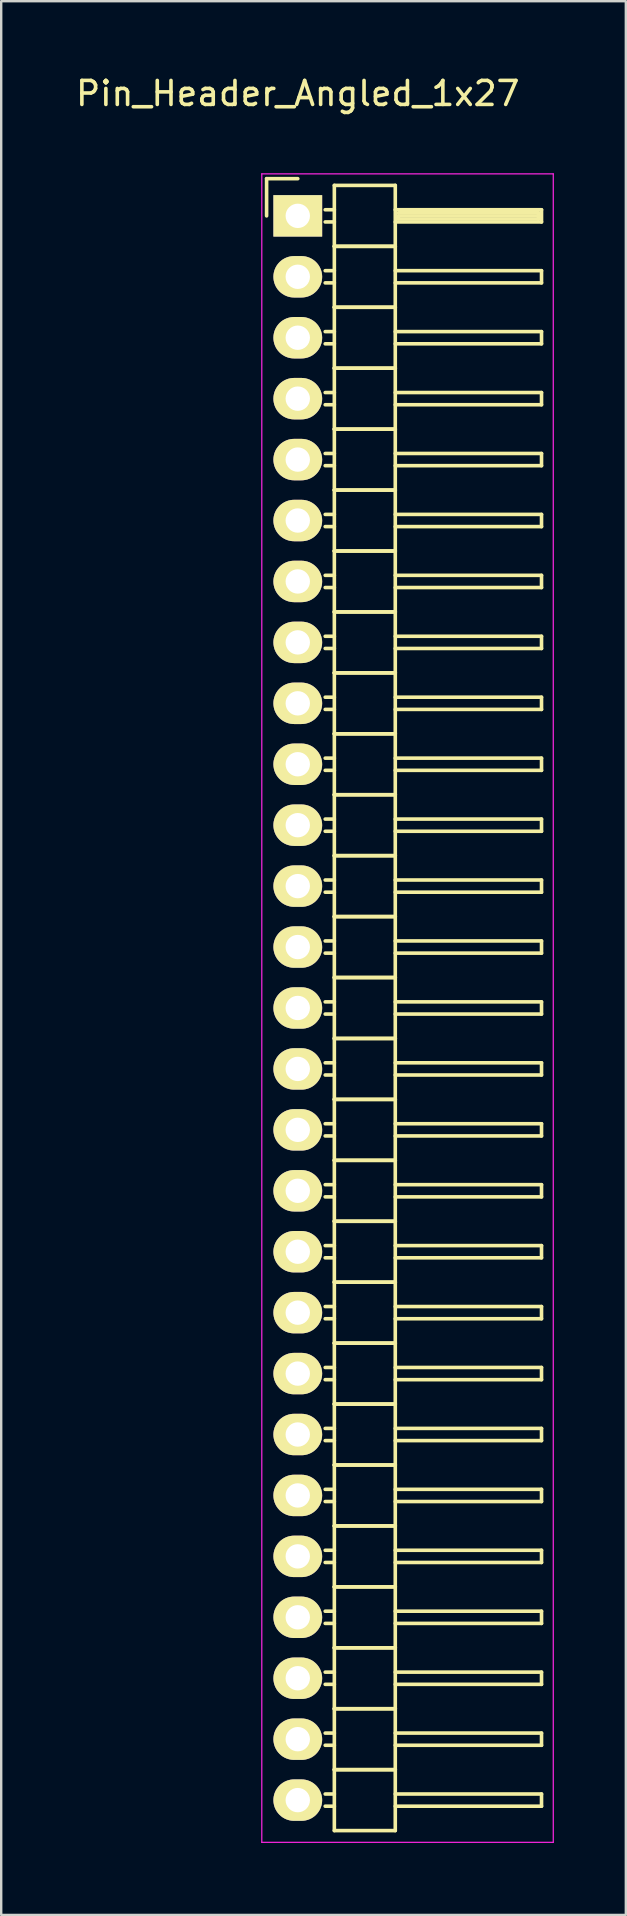
<source format=kicad_pcb>
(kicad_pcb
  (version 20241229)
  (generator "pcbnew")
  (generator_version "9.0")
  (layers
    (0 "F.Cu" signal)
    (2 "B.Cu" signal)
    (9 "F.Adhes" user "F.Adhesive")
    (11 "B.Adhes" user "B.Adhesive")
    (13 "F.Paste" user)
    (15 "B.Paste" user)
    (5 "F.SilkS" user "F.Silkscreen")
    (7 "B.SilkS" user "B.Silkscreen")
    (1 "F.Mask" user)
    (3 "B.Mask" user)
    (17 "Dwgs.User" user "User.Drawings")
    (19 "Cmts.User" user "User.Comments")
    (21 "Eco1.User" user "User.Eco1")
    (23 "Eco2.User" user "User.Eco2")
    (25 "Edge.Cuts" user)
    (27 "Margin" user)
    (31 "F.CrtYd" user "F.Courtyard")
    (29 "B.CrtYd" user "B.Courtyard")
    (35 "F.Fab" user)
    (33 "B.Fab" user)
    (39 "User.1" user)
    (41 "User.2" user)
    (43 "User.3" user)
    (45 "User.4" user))
  (footprint "Pin_Header_Angled_1x27"
    (layer "F.Cu")
    (at 9.363 5.948)
    (property "Reference" "Pin_Header_Angled_1x27" (at 0 -5.1 0) (layer "F.SilkS") (effects (font (size 1 1) (thickness 0.15))))
    (attr through_hole)
    (fp_line (start -1.3 -1.55) (end -1.3 0) (stroke (width 0.15) (type solid)) (layer "F.SilkS"))
    (fp_line (start 0 -1.55) (end -1.3 -1.55) (stroke (width 0.15) (type solid)) (layer "F.SilkS"))
    (fp_line (start 1.524 -1.27) (end 1.524 1.27) (stroke (width 0.15) (type solid)) (layer "F.SilkS"))
    (fp_line (start 1.524 -1.27) (end 4.064 -1.27) (stroke (width 0.15) (type solid)) (layer "F.SilkS"))
    (fp_line (start 1.524 -0.254) (end 1.143 -0.254) (stroke (width 0.15) (type solid)) (layer "F.SilkS"))
    (fp_line (start 1.524 0.254) (end 1.143 0.254) (stroke (width 0.15) (type solid)) (layer "F.SilkS"))
    (fp_line (start 1.524 1.27) (end 1.524 3.81) (stroke (width 0.15) (type solid)) (layer "F.SilkS"))
    (fp_line (start 1.524 1.27) (end 4.064 1.27) (stroke (width 0.15) (type solid)) (layer "F.SilkS"))
    (fp_line (start 1.524 1.27) (end 4.064 1.27) (stroke (width 0.15) (type solid)) (layer "F.SilkS"))
    (fp_line (start 1.524 2.286) (end 1.143 2.286) (stroke (width 0.15) (type solid)) (layer "F.SilkS"))
    (fp_line (start 1.524 2.794) (end 1.143 2.794) (stroke (width 0.15) (type solid)) (layer "F.SilkS"))
    (fp_line (start 1.524 3.81) (end 1.524 6.35) (stroke (width 0.15) (type solid)) (layer "F.SilkS"))
    (fp_line (start 1.524 3.81) (end 4.064 3.81) (stroke (width 0.15) (type solid)) (layer "F.SilkS"))
    (fp_line (start 1.524 3.81) (end 4.064 3.81) (stroke (width 0.15) (type solid)) (layer "F.SilkS"))
    (fp_line (start 1.524 4.826) (end 1.143 4.826) (stroke (width 0.15) (type solid)) (layer "F.SilkS"))
    (fp_line (start 1.524 5.334) (end 1.143 5.334) (stroke (width 0.15) (type solid)) (layer "F.SilkS"))
    (fp_line (start 1.524 6.35) (end 1.524 8.89) (stroke (width 0.15) (type solid)) (layer "F.SilkS"))
    (fp_line (start 1.524 6.35) (end 4.064 6.35) (stroke (width 0.15) (type solid)) (layer "F.SilkS"))
    (fp_line (start 1.524 6.35) (end 4.064 6.35) (stroke (width 0.15) (type solid)) (layer "F.SilkS"))
    (fp_line (start 1.524 7.366) (end 1.143 7.366) (stroke (width 0.15) (type solid)) (layer "F.SilkS"))
    (fp_line (start 1.524 7.874) (end 1.143 7.874) (stroke (width 0.15) (type solid)) (layer "F.SilkS"))
    (fp_line (start 1.524 8.89) (end 1.524 11.43) (stroke (width 0.15) (type solid)) (layer "F.SilkS"))
    (fp_line (start 1.524 8.89) (end 4.064 8.89) (stroke (width 0.15) (type solid)) (layer "F.SilkS"))
    (fp_line (start 1.524 8.89) (end 4.064 8.89) (stroke (width 0.15) (type solid)) (layer "F.SilkS"))
    (fp_line (start 1.524 9.906) (end 1.143 9.906) (stroke (width 0.15) (type solid)) (layer "F.SilkS"))
    (fp_line (start 1.524 10.414) (end 1.143 10.414) (stroke (width 0.15) (type solid)) (layer "F.SilkS"))
    (fp_line (start 1.524 11.43) (end 1.524 13.97) (stroke (width 0.15) (type solid)) (layer "F.SilkS"))
    (fp_line (start 1.524 11.43) (end 4.064 11.43) (stroke (width 0.15) (type solid)) (layer "F.SilkS"))
    (fp_line (start 1.524 11.43) (end 4.064 11.43) (stroke (width 0.15) (type solid)) (layer "F.SilkS"))
    (fp_line (start 1.524 12.446) (end 1.143 12.446) (stroke (width 0.15) (type solid)) (layer "F.SilkS"))
    (fp_line (start 1.524 12.954) (end 1.143 12.954) (stroke (width 0.15) (type solid)) (layer "F.SilkS"))
    (fp_line (start 1.524 13.97) (end 1.524 16.51) (stroke (width 0.15) (type solid)) (layer "F.SilkS"))
    (fp_line (start 1.524 13.97) (end 4.064 13.97) (stroke (width 0.15) (type solid)) (layer "F.SilkS"))
    (fp_line (start 1.524 13.97) (end 4.064 13.97) (stroke (width 0.15) (type solid)) (layer "F.SilkS"))
    (fp_line (start 1.524 14.986) (end 1.143 14.986) (stroke (width 0.15) (type solid)) (layer "F.SilkS"))
    (fp_line (start 1.524 15.494) (end 1.143 15.494) (stroke (width 0.15) (type solid)) (layer "F.SilkS"))
    (fp_line (start 1.524 16.51) (end 1.524 19.05) (stroke (width 0.15) (type solid)) (layer "F.SilkS"))
    (fp_line (start 1.524 16.51) (end 4.064 16.51) (stroke (width 0.15) (type solid)) (layer "F.SilkS"))
    (fp_line (start 1.524 16.51) (end 4.064 16.51) (stroke (width 0.15) (type solid)) (layer "F.SilkS"))
    (fp_line (start 1.524 17.526) (end 1.143 17.526) (stroke (width 0.15) (type solid)) (layer "F.SilkS"))
    (fp_line (start 1.524 18.034) (end 1.143 18.034) (stroke (width 0.15) (type solid)) (layer "F.SilkS"))
    (fp_line (start 1.524 19.05) (end 1.524 21.59) (stroke (width 0.15) (type solid)) (layer "F.SilkS"))
    (fp_line (start 1.524 19.05) (end 4.064 19.05) (stroke (width 0.15) (type solid)) (layer "F.SilkS"))
    (fp_line (start 1.524 19.05) (end 4.064 19.05) (stroke (width 0.15) (type solid)) (layer "F.SilkS"))
    (fp_line (start 1.524 20.066) (end 1.143 20.066) (stroke (width 0.15) (type solid)) (layer "F.SilkS"))
    (fp_line (start 1.524 20.574) (end 1.143 20.574) (stroke (width 0.15) (type solid)) (layer "F.SilkS"))
    (fp_line (start 1.524 21.59) (end 1.524 24.13) (stroke (width 0.15) (type solid)) (layer "F.SilkS"))
    (fp_line (start 1.524 21.59) (end 4.064 21.59) (stroke (width 0.15) (type solid)) (layer "F.SilkS"))
    (fp_line (start 1.524 21.59) (end 4.064 21.59) (stroke (width 0.15) (type solid)) (layer "F.SilkS"))
    (fp_line (start 1.524 22.606) (end 1.143 22.606) (stroke (width 0.15) (type solid)) (layer "F.SilkS"))
    (fp_line (start 1.524 23.114) (end 1.143 23.114) (stroke (width 0.15) (type solid)) (layer "F.SilkS"))
    (fp_line (start 1.524 24.13) (end 1.524 26.67) (stroke (width 0.15) (type solid)) (layer "F.SilkS"))
    (fp_line (start 1.524 24.13) (end 4.064 24.13) (stroke (width 0.15) (type solid)) (layer "F.SilkS"))
    (fp_line (start 1.524 24.13) (end 4.064 24.13) (stroke (width 0.15) (type solid)) (layer "F.SilkS"))
    (fp_line (start 1.524 25.146) (end 1.143 25.146) (stroke (width 0.15) (type solid)) (layer "F.SilkS"))
    (fp_line (start 1.524 25.654) (end 1.143 25.654) (stroke (width 0.15) (type solid)) (layer "F.SilkS"))
    (fp_line (start 1.524 26.67) (end 1.524 29.21) (stroke (width 0.15) (type solid)) (layer "F.SilkS"))
    (fp_line (start 1.524 26.67) (end 4.064 26.67) (stroke (width 0.15) (type solid)) (layer "F.SilkS"))
    (fp_line (start 1.524 26.67) (end 4.064 26.67) (stroke (width 0.15) (type solid)) (layer "F.SilkS"))
    (fp_line (start 1.524 27.686) (end 1.143 27.686) (stroke (width 0.15) (type solid)) (layer "F.SilkS"))
    (fp_line (start 1.524 28.194) (end 1.143 28.194) (stroke (width 0.15) (type solid)) (layer "F.SilkS"))
    (fp_line (start 1.524 29.21) (end 1.524 31.75) (stroke (width 0.15) (type solid)) (layer "F.SilkS"))
    (fp_line (start 1.524 29.21) (end 4.064 29.21) (stroke (width 0.15) (type solid)) (layer "F.SilkS"))
    (fp_line (start 1.524 29.21) (end 4.064 29.21) (stroke (width 0.15) (type solid)) (layer "F.SilkS"))
    (fp_line (start 1.524 30.226) (end 1.143 30.226) (stroke (width 0.15) (type solid)) (layer "F.SilkS"))
    (fp_line (start 1.524 30.734) (end 1.143 30.734) (stroke (width 0.15) (type solid)) (layer "F.SilkS"))
    (fp_line (start 1.524 31.75) (end 1.524 34.29) (stroke (width 0.15) (type solid)) (layer "F.SilkS"))
    (fp_line (start 1.524 31.75) (end 4.064 31.75) (stroke (width 0.15) (type solid)) (layer "F.SilkS"))
    (fp_line (start 1.524 31.75) (end 4.064 31.75) (stroke (width 0.15) (type solid)) (layer "F.SilkS"))
    (fp_line (start 1.524 32.766) (end 1.143 32.766) (stroke (width 0.15) (type solid)) (layer "F.SilkS"))
    (fp_line (start 1.524 33.274) (end 1.143 33.274) (stroke (width 0.15) (type solid)) (layer "F.SilkS"))
    (fp_line (start 1.524 34.29) (end 1.524 36.83) (stroke (width 0.15) (type solid)) (layer "F.SilkS"))
    (fp_line (start 1.524 34.29) (end 4.064 34.29) (stroke (width 0.15) (type solid)) (layer "F.SilkS"))
    (fp_line (start 1.524 34.29) (end 4.064 34.29) (stroke (width 0.15) (type solid)) (layer "F.SilkS"))
    (fp_line (start 1.524 35.306) (end 1.143 35.306) (stroke (width 0.15) (type solid)) (layer "F.SilkS"))
    (fp_line (start 1.524 35.814) (end 1.143 35.814) (stroke (width 0.15) (type solid)) (layer "F.SilkS"))
    (fp_line (start 1.524 36.83) (end 1.524 39.37) (stroke (width 0.15) (type solid)) (layer "F.SilkS"))
    (fp_line (start 1.524 36.83) (end 4.064 36.83) (stroke (width 0.15) (type solid)) (layer "F.SilkS"))
    (fp_line (start 1.524 36.83) (end 4.064 36.83) (stroke (width 0.15) (type solid)) (layer "F.SilkS"))
    (fp_line (start 1.524 37.846) (end 1.143 37.846) (stroke (width 0.15) (type solid)) (layer "F.SilkS"))
    (fp_line (start 1.524 38.354) (end 1.143 38.354) (stroke (width 0.15) (type solid)) (layer "F.SilkS"))
    (fp_line (start 1.524 39.37) (end 1.524 41.91) (stroke (width 0.15) (type solid)) (layer "F.SilkS"))
    (fp_line (start 1.524 39.37) (end 4.064 39.37) (stroke (width 0.15) (type solid)) (layer "F.SilkS"))
    (fp_line (start 1.524 39.37) (end 4.064 39.37) (stroke (width 0.15) (type solid)) (layer "F.SilkS"))
    (fp_line (start 1.524 40.386) (end 1.143 40.386) (stroke (width 0.15) (type solid)) (layer "F.SilkS"))
    (fp_line (start 1.524 40.894) (end 1.143 40.894) (stroke (width 0.15) (type solid)) (layer "F.SilkS"))
    (fp_line (start 1.524 41.91) (end 1.524 44.45) (stroke (width 0.15) (type solid)) (layer "F.SilkS"))
    (fp_line (start 1.524 41.91) (end 4.064 41.91) (stroke (width 0.15) (type solid)) (layer "F.SilkS"))
    (fp_line (start 1.524 41.91) (end 4.064 41.91) (stroke (width 0.15) (type solid)) (layer "F.SilkS"))
    (fp_line (start 1.524 42.926) (end 1.143 42.926) (stroke (width 0.15) (type solid)) (layer "F.SilkS"))
    (fp_line (start 1.524 43.434) (end 1.143 43.434) (stroke (width 0.15) (type solid)) (layer "F.SilkS"))
    (fp_line (start 1.524 44.45) (end 1.524 46.99) (stroke (width 0.15) (type solid)) (layer "F.SilkS"))
    (fp_line (start 1.524 44.45) (end 4.064 44.45) (stroke (width 0.15) (type solid)) (layer "F.SilkS"))
    (fp_line (start 1.524 44.45) (end 4.064 44.45) (stroke (width 0.15) (type solid)) (layer "F.SilkS"))
    (fp_line (start 1.524 45.466) (end 1.143 45.466) (stroke (width 0.15) (type solid)) (layer "F.SilkS"))
    (fp_line (start 1.524 45.974) (end 1.143 45.974) (stroke (width 0.15) (type solid)) (layer "F.SilkS"))
    (fp_line (start 1.524 46.99) (end 1.524 49.53) (stroke (width 0.15) (type solid)) (layer "F.SilkS"))
    (fp_line (start 1.524 46.99) (end 4.064 46.99) (stroke (width 0.15) (type solid)) (layer "F.SilkS"))
    (fp_line (start 1.524 46.99) (end 4.064 46.99) (stroke (width 0.15) (type solid)) (layer "F.SilkS"))
    (fp_line (start 1.524 48.006) (end 1.143 48.006) (stroke (width 0.15) (type solid)) (layer "F.SilkS"))
    (fp_line (start 1.524 48.514) (end 1.143 48.514) (stroke (width 0.15) (type solid)) (layer "F.SilkS"))
    (fp_line (start 1.524 49.53) (end 1.524 52.07) (stroke (width 0.15) (type solid)) (layer "F.SilkS"))
    (fp_line (start 1.524 49.53) (end 4.064 49.53) (stroke (width 0.15) (type solid)) (layer "F.SilkS"))
    (fp_line (start 1.524 49.53) (end 4.064 49.53) (stroke (width 0.15) (type solid)) (layer "F.SilkS"))
    (fp_line (start 1.524 50.546) (end 1.143 50.546) (stroke (width 0.15) (type solid)) (layer "F.SilkS"))
    (fp_line (start 1.524 51.054) (end 1.143 51.054) (stroke (width 0.15) (type solid)) (layer "F.SilkS"))
    (fp_line (start 1.524 52.07) (end 1.524 54.61) (stroke (width 0.15) (type solid)) (layer "F.SilkS"))
    (fp_line (start 1.524 52.07) (end 4.064 52.07) (stroke (width 0.15) (type solid)) (layer "F.SilkS"))
    (fp_line (start 1.524 52.07) (end 4.064 52.07) (stroke (width 0.15) (type solid)) (layer "F.SilkS"))
    (fp_line (start 1.524 53.086) (end 1.143 53.086) (stroke (width 0.15) (type solid)) (layer "F.SilkS"))
    (fp_line (start 1.524 53.594) (end 1.143 53.594) (stroke (width 0.15) (type solid)) (layer "F.SilkS"))
    (fp_line (start 1.524 54.61) (end 1.524 57.15) (stroke (width 0.15) (type solid)) (layer "F.SilkS"))
    (fp_line (start 1.524 54.61) (end 4.064 54.61) (stroke (width 0.15) (type solid)) (layer "F.SilkS"))
    (fp_line (start 1.524 54.61) (end 4.064 54.61) (stroke (width 0.15) (type solid)) (layer "F.SilkS"))
    (fp_line (start 1.524 55.626) (end 1.143 55.626) (stroke (width 0.15) (type solid)) (layer "F.SilkS"))
    (fp_line (start 1.524 56.134) (end 1.143 56.134) (stroke (width 0.15) (type solid)) (layer "F.SilkS"))
    (fp_line (start 1.524 57.15) (end 1.524 59.69) (stroke (width 0.15) (type solid)) (layer "F.SilkS"))
    (fp_line (start 1.524 57.15) (end 4.064 57.15) (stroke (width 0.15) (type solid)) (layer "F.SilkS"))
    (fp_line (start 1.524 57.15) (end 4.064 57.15) (stroke (width 0.15) (type solid)) (layer "F.SilkS"))
    (fp_line (start 1.524 58.166) (end 1.143 58.166) (stroke (width 0.15) (type solid)) (layer "F.SilkS"))
    (fp_line (start 1.524 58.674) (end 1.143 58.674) (stroke (width 0.15) (type solid)) (layer "F.SilkS"))
    (fp_line (start 1.524 59.69) (end 1.524 62.23) (stroke (width 0.15) (type solid)) (layer "F.SilkS"))
    (fp_line (start 1.524 59.69) (end 4.064 59.69) (stroke (width 0.15) (type solid)) (layer "F.SilkS"))
    (fp_line (start 1.524 59.69) (end 4.064 59.69) (stroke (width 0.15) (type solid)) (layer "F.SilkS"))
    (fp_line (start 1.524 60.706) (end 1.143 60.706) (stroke (width 0.15) (type solid)) (layer "F.SilkS"))
    (fp_line (start 1.524 61.214) (end 1.143 61.214) (stroke (width 0.15) (type solid)) (layer "F.SilkS"))
    (fp_line (start 1.524 62.23) (end 1.524 64.77) (stroke (width 0.15) (type solid)) (layer "F.SilkS"))
    (fp_line (start 1.524 62.23) (end 4.064 62.23) (stroke (width 0.15) (type solid)) (layer "F.SilkS"))
    (fp_line (start 1.524 62.23) (end 4.064 62.23) (stroke (width 0.15) (type solid)) (layer "F.SilkS"))
    (fp_line (start 1.524 63.246) (end 1.143 63.246) (stroke (width 0.15) (type solid)) (layer "F.SilkS"))
    (fp_line (start 1.524 63.754) (end 1.143 63.754) (stroke (width 0.15) (type solid)) (layer "F.SilkS"))
    (fp_line (start 1.524 64.77) (end 1.524 67.31) (stroke (width 0.15) (type solid)) (layer "F.SilkS"))
    (fp_line (start 1.524 64.77) (end 4.064 64.77) (stroke (width 0.15) (type solid)) (layer "F.SilkS"))
    (fp_line (start 1.524 64.77) (end 4.064 64.77) (stroke (width 0.15) (type solid)) (layer "F.SilkS"))
    (fp_line (start 1.524 65.786) (end 1.143 65.786) (stroke (width 0.15) (type solid)) (layer "F.SilkS"))
    (fp_line (start 1.524 66.294) (end 1.143 66.294) (stroke (width 0.15) (type solid)) (layer "F.SilkS"))
    (fp_line (start 1.524 67.31) (end 4.064 67.31) (stroke (width 0.15) (type solid)) (layer "F.SilkS"))
    (fp_line (start 4.064 -0.254) (end 10.16 -0.254) (stroke (width 0.15) (type solid)) (layer "F.SilkS"))
    (fp_line (start 4.064 1.27) (end 4.064 -1.27) (stroke (width 0.15) (type solid)) (layer "F.SilkS"))
    (fp_line (start 4.064 2.286) (end 10.16 2.286) (stroke (width 0.15) (type solid)) (layer "F.SilkS"))
    (fp_line (start 4.064 3.81) (end 4.064 1.27) (stroke (width 0.15) (type solid)) (layer "F.SilkS"))
    (fp_line (start 4.064 4.826) (end 10.16 4.826) (stroke (width 0.15) (type solid)) (layer "F.SilkS"))
    (fp_line (start 4.064 6.35) (end 4.064 3.81) (stroke (width 0.15) (type solid)) (layer "F.SilkS"))
    (fp_line (start 4.064 7.366) (end 10.16 7.366) (stroke (width 0.15) (type solid)) (layer "F.SilkS"))
    (fp_line (start 4.064 8.89) (end 4.064 6.35) (stroke (width 0.15) (type solid)) (layer "F.SilkS"))
    (fp_line (start 4.064 9.906) (end 10.16 9.906) (stroke (width 0.15) (type solid)) (layer "F.SilkS"))
    (fp_line (start 4.064 11.43) (end 4.064 8.89) (stroke (width 0.15) (type solid)) (layer "F.SilkS"))
    (fp_line (start 4.064 12.446) (end 10.16 12.446) (stroke (width 0.15) (type solid)) (layer "F.SilkS"))
    (fp_line (start 4.064 13.97) (end 4.064 11.43) (stroke (width 0.15) (type solid)) (layer "F.SilkS"))
    (fp_line (start 4.064 14.986) (end 10.16 14.986) (stroke (width 0.15) (type solid)) (layer "F.SilkS"))
    (fp_line (start 4.064 16.51) (end 4.064 13.97) (stroke (width 0.15) (type solid)) (layer "F.SilkS"))
    (fp_line (start 4.064 17.526) (end 10.16 17.526) (stroke (width 0.15) (type solid)) (layer "F.SilkS"))
    (fp_line (start 4.064 19.05) (end 4.064 16.51) (stroke (width 0.15) (type solid)) (layer "F.SilkS"))
    (fp_line (start 4.064 20.066) (end 10.16 20.066) (stroke (width 0.15) (type solid)) (layer "F.SilkS"))
    (fp_line (start 4.064 21.59) (end 4.064 19.05) (stroke (width 0.15) (type solid)) (layer "F.SilkS"))
    (fp_line (start 4.064 22.606) (end 10.16 22.606) (stroke (width 0.15) (type solid)) (layer "F.SilkS"))
    (fp_line (start 4.064 24.13) (end 4.064 21.59) (stroke (width 0.15) (type solid)) (layer "F.SilkS"))
    (fp_line (start 4.064 25.146) (end 10.16 25.146) (stroke (width 0.15) (type solid)) (layer "F.SilkS"))
    (fp_line (start 4.064 26.67) (end 4.064 24.13) (stroke (width 0.15) (type solid)) (layer "F.SilkS"))
    (fp_line (start 4.064 27.686) (end 10.16 27.686) (stroke (width 0.15) (type solid)) (layer "F.SilkS"))
    (fp_line (start 4.064 29.21) (end 4.064 26.67) (stroke (width 0.15) (type solid)) (layer "F.SilkS"))
    (fp_line (start 4.064 30.226) (end 10.16 30.226) (stroke (width 0.15) (type solid)) (layer "F.SilkS"))
    (fp_line (start 4.064 31.75) (end 4.064 29.21) (stroke (width 0.15) (type solid)) (layer "F.SilkS"))
    (fp_line (start 4.064 32.766) (end 10.16 32.766) (stroke (width 0.15) (type solid)) (layer "F.SilkS"))
    (fp_line (start 4.064 34.29) (end 4.064 31.75) (stroke (width 0.15) (type solid)) (layer "F.SilkS"))
    (fp_line (start 4.064 35.306) (end 10.16 35.306) (stroke (width 0.15) (type solid)) (layer "F.SilkS"))
    (fp_line (start 4.064 36.83) (end 4.064 34.29) (stroke (width 0.15) (type solid)) (layer "F.SilkS"))
    (fp_line (start 4.064 37.846) (end 10.16 37.846) (stroke (width 0.15) (type solid)) (layer "F.SilkS"))
    (fp_line (start 4.064 39.37) (end 4.064 36.83) (stroke (width 0.15) (type solid)) (layer "F.SilkS"))
    (fp_line (start 4.064 40.386) (end 10.16 40.386) (stroke (width 0.15) (type solid)) (layer "F.SilkS"))
    (fp_line (start 4.064 41.91) (end 4.064 39.37) (stroke (width 0.15) (type solid)) (layer "F.SilkS"))
    (fp_line (start 4.064 42.926) (end 10.16 42.926) (stroke (width 0.15) (type solid)) (layer "F.SilkS"))
    (fp_line (start 4.064 44.45) (end 4.064 41.91) (stroke (width 0.15) (type solid)) (layer "F.SilkS"))
    (fp_line (start 4.064 45.466) (end 10.16 45.466) (stroke (width 0.15) (type solid)) (layer "F.SilkS"))
    (fp_line (start 4.064 46.99) (end 4.064 44.45) (stroke (width 0.15) (type solid)) (layer "F.SilkS"))
    (fp_line (start 4.064 48.006) (end 10.16 48.006) (stroke (width 0.15) (type solid)) (layer "F.SilkS"))
    (fp_line (start 4.064 49.53) (end 4.064 46.99) (stroke (width 0.15) (type solid)) (layer "F.SilkS"))
    (fp_line (start 4.064 50.546) (end 10.16 50.546) (stroke (width 0.15) (type solid)) (layer "F.SilkS"))
    (fp_line (start 4.064 52.07) (end 4.064 49.53) (stroke (width 0.15) (type solid)) (layer "F.SilkS"))
    (fp_line (start 4.064 53.086) (end 10.16 53.086) (stroke (width 0.15) (type solid)) (layer "F.SilkS"))
    (fp_line (start 4.064 54.61) (end 4.064 52.07) (stroke (width 0.15) (type solid)) (layer "F.SilkS"))
    (fp_line (start 4.064 55.626) (end 10.16 55.626) (stroke (width 0.15) (type solid)) (layer "F.SilkS"))
    (fp_line (start 4.064 57.15) (end 4.064 54.61) (stroke (width 0.15) (type solid)) (layer "F.SilkS"))
    (fp_line (start 4.064 58.166) (end 10.16 58.166) (stroke (width 0.15) (type solid)) (layer "F.SilkS"))
    (fp_line (start 4.064 59.69) (end 4.064 57.15) (stroke (width 0.15) (type solid)) (layer "F.SilkS"))
    (fp_line (start 4.064 60.706) (end 10.16 60.706) (stroke (width 0.15) (type solid)) (layer "F.SilkS"))
    (fp_line (start 4.064 62.23) (end 4.064 59.69) (stroke (width 0.15) (type solid)) (layer "F.SilkS"))
    (fp_line (start 4.064 63.246) (end 10.16 63.246) (stroke (width 0.15) (type solid)) (layer "F.SilkS"))
    (fp_line (start 4.064 64.77) (end 4.064 62.23) (stroke (width 0.15) (type solid)) (layer "F.SilkS"))
    (fp_line (start 4.064 65.786) (end 10.16 65.786) (stroke (width 0.15) (type solid)) (layer "F.SilkS"))
    (fp_line (start 4.064 67.31) (end 4.064 64.77) (stroke (width 0.15) (type solid)) (layer "F.SilkS"))
    (fp_line (start 4.191 -0.127) (end 10.033 -0.127) (stroke (width 0.15) (type solid)) (layer "F.SilkS"))
    (fp_line (start 4.191 0) (end 10.033 0) (stroke (width 0.15) (type solid)) (layer "F.SilkS"))
    (fp_line (start 4.191 0.127) (end 4.191 0) (stroke (width 0.15) (type solid)) (layer "F.SilkS"))
    (fp_line (start 10.033 -0.127) (end 10.033 0.127) (stroke (width 0.15) (type solid)) (layer "F.SilkS"))
    (fp_line (start 10.033 0.127) (end 4.191 0.127) (stroke (width 0.15) (type solid)) (layer "F.SilkS"))
    (fp_line (start 10.16 -0.254) (end 10.16 0.254) (stroke (width 0.15) (type solid)) (layer "F.SilkS"))
    (fp_line (start 10.16 0.254) (end 4.064 0.254) (stroke (width 0.15) (type solid)) (layer "F.SilkS"))
    (fp_line (start 10.16 2.286) (end 10.16 2.794) (stroke (width 0.15) (type solid)) (layer "F.SilkS"))
    (fp_line (start 10.16 2.794) (end 4.064 2.794) (stroke (width 0.15) (type solid)) (layer "F.SilkS"))
    (fp_line (start 10.16 4.826) (end 10.16 5.334) (stroke (width 0.15) (type solid)) (layer "F.SilkS"))
    (fp_line (start 10.16 5.334) (end 4.064 5.334) (stroke (width 0.15) (type solid)) (layer "F.SilkS"))
    (fp_line (start 10.16 7.366) (end 10.16 7.874) (stroke (width 0.15) (type solid)) (layer "F.SilkS"))
    (fp_line (start 10.16 7.874) (end 4.064 7.874) (stroke (width 0.15) (type solid)) (layer "F.SilkS"))
    (fp_line (start 10.16 9.906) (end 10.16 10.414) (stroke (width 0.15) (type solid)) (layer "F.SilkS"))
    (fp_line (start 10.16 10.414) (end 4.064 10.414) (stroke (width 0.15) (type solid)) (layer "F.SilkS"))
    (fp_line (start 10.16 12.446) (end 10.16 12.954) (stroke (width 0.15) (type solid)) (layer "F.SilkS"))
    (fp_line (start 10.16 12.954) (end 4.064 12.954) (stroke (width 0.15) (type solid)) (layer "F.SilkS"))
    (fp_line (start 10.16 14.986) (end 10.16 15.494) (stroke (width 0.15) (type solid)) (layer "F.SilkS"))
    (fp_line (start 10.16 15.494) (end 4.064 15.494) (stroke (width 0.15) (type solid)) (layer "F.SilkS"))
    (fp_line (start 10.16 17.526) (end 10.16 18.034) (stroke (width 0.15) (type solid)) (layer "F.SilkS"))
    (fp_line (start 10.16 18.034) (end 4.064 18.034) (stroke (width 0.15) (type solid)) (layer "F.SilkS"))
    (fp_line (start 10.16 20.066) (end 10.16 20.574) (stroke (width 0.15) (type solid)) (layer "F.SilkS"))
    (fp_line (start 10.16 20.574) (end 4.064 20.574) (stroke (width 0.15) (type solid)) (layer "F.SilkS"))
    (fp_line (start 10.16 22.606) (end 10.16 23.114) (stroke (width 0.15) (type solid)) (layer "F.SilkS"))
    (fp_line (start 10.16 23.114) (end 4.064 23.114) (stroke (width 0.15) (type solid)) (layer "F.SilkS"))
    (fp_line (start 10.16 25.146) (end 10.16 25.654) (stroke (width 0.15) (type solid)) (layer "F.SilkS"))
    (fp_line (start 10.16 25.654) (end 4.064 25.654) (stroke (width 0.15) (type solid)) (layer "F.SilkS"))
    (fp_line (start 10.16 27.686) (end 10.16 28.194) (stroke (width 0.15) (type solid)) (layer "F.SilkS"))
    (fp_line (start 10.16 28.194) (end 4.064 28.194) (stroke (width 0.15) (type solid)) (layer "F.SilkS"))
    (fp_line (start 10.16 30.226) (end 10.16 30.734) (stroke (width 0.15) (type solid)) (layer "F.SilkS"))
    (fp_line (start 10.16 30.734) (end 4.064 30.734) (stroke (width 0.15) (type solid)) (layer "F.SilkS"))
    (fp_line (start 10.16 32.766) (end 10.16 33.274) (stroke (width 0.15) (type solid)) (layer "F.SilkS"))
    (fp_line (start 10.16 33.274) (end 4.064 33.274) (stroke (width 0.15) (type solid)) (layer "F.SilkS"))
    (fp_line (start 10.16 35.306) (end 10.16 35.814) (stroke (width 0.15) (type solid)) (layer "F.SilkS"))
    (fp_line (start 10.16 35.814) (end 4.064 35.814) (stroke (width 0.15) (type solid)) (layer "F.SilkS"))
    (fp_line (start 10.16 37.846) (end 10.16 38.354) (stroke (width 0.15) (type solid)) (layer "F.SilkS"))
    (fp_line (start 10.16 38.354) (end 4.064 38.354) (stroke (width 0.15) (type solid)) (layer "F.SilkS"))
    (fp_line (start 10.16 40.386) (end 10.16 40.894) (stroke (width 0.15) (type solid)) (layer "F.SilkS"))
    (fp_line (start 10.16 40.894) (end 4.064 40.894) (stroke (width 0.15) (type solid)) (layer "F.SilkS"))
    (fp_line (start 10.16 42.926) (end 10.16 43.434) (stroke (width 0.15) (type solid)) (layer "F.SilkS"))
    (fp_line (start 10.16 43.434) (end 4.064 43.434) (stroke (width 0.15) (type solid)) (layer "F.SilkS"))
    (fp_line (start 10.16 45.466) (end 10.16 45.974) (stroke (width 0.15) (type solid)) (layer "F.SilkS"))
    (fp_line (start 10.16 45.974) (end 4.064 45.974) (stroke (width 0.15) (type solid)) (layer "F.SilkS"))
    (fp_line (start 10.16 48.006) (end 10.16 48.514) (stroke (width 0.15) (type solid)) (layer "F.SilkS"))
    (fp_line (start 10.16 48.514) (end 4.064 48.514) (stroke (width 0.15) (type solid)) (layer "F.SilkS"))
    (fp_line (start 10.16 50.546) (end 10.16 51.054) (stroke (width 0.15) (type solid)) (layer "F.SilkS"))
    (fp_line (start 10.16 51.054) (end 4.064 51.054) (stroke (width 0.15) (type solid)) (layer "F.SilkS"))
    (fp_line (start 10.16 53.086) (end 10.16 53.594) (stroke (width 0.15) (type solid)) (layer "F.SilkS"))
    (fp_line (start 10.16 53.594) (end 4.064 53.594) (stroke (width 0.15) (type solid)) (layer "F.SilkS"))
    (fp_line (start 10.16 55.626) (end 10.16 56.134) (stroke (width 0.15) (type solid)) (layer "F.SilkS"))
    (fp_line (start 10.16 56.134) (end 4.064 56.134) (stroke (width 0.15) (type solid)) (layer "F.SilkS"))
    (fp_line (start 10.16 58.166) (end 10.16 58.674) (stroke (width 0.15) (type solid)) (layer "F.SilkS"))
    (fp_line (start 10.16 58.674) (end 4.064 58.674) (stroke (width 0.15) (type solid)) (layer "F.SilkS"))
    (fp_line (start 10.16 60.706) (end 10.16 61.214) (stroke (width 0.15) (type solid)) (layer "F.SilkS"))
    (fp_line (start 10.16 61.214) (end 4.064 61.214) (stroke (width 0.15) (type solid)) (layer "F.SilkS"))
    (fp_line (start 10.16 63.246) (end 10.16 63.754) (stroke (width 0.15) (type solid)) (layer "F.SilkS"))
    (fp_line (start 10.16 63.754) (end 4.064 63.754) (stroke (width 0.15) (type solid)) (layer "F.SilkS"))
    (fp_line (start 10.16 65.786) (end 10.16 66.294) (stroke (width 0.15) (type solid)) (layer "F.SilkS"))
    (fp_line (start 10.16 66.294) (end 4.064 66.294) (stroke (width 0.15) (type solid)) (layer "F.SilkS"))
    (fp_line (start -1.5 -1.75) (end -1.5 67.8) (stroke (width 0.05) (type solid)) (layer "F.CrtYd"))
    (fp_line (start -1.5 -1.75) (end 10.65 -1.75) (stroke (width 0.05) (type solid)) (layer "F.CrtYd"))
    (fp_line (start -1.5 67.8) (end 10.65 67.8) (stroke (width 0.05) (type solid)) (layer "F.CrtYd"))
    (fp_line (start 10.65 -1.75) (end 10.65 67.8) (stroke (width 0.05) (type solid)) (layer "F.CrtYd"))
    (pad "1" thru_hole rect (at 0 0) (size 2.032 1.727) (drill 1.016) (layers "*.Cu" "*.Mask" "F.SilkS"))
    (pad "2" thru_hole oval (at 0 2.54) (size 2.032 1.727) (drill 1.016) (layers "*.Cu" "*.Mask" "F.SilkS"))
    (pad "3" thru_hole oval (at 0 5.08) (size 2.032 1.727) (drill 1.016) (layers "*.Cu" "*.Mask" "F.SilkS"))
    (pad "4" thru_hole oval (at 0 7.62) (size 2.032 1.727) (drill 1.016) (layers "*.Cu" "*.Mask" "F.SilkS"))
    (pad "5" thru_hole oval (at 0 10.16) (size 2.032 1.727) (drill 1.016) (layers "*.Cu" "*.Mask" "F.SilkS"))
    (pad "6" thru_hole oval (at 0 12.7) (size 2.032 1.727) (drill 1.016) (layers "*.Cu" "*.Mask" "F.SilkS"))
    (pad "7" thru_hole oval (at 0 15.24) (size 2.032 1.727) (drill 1.016) (layers "*.Cu" "*.Mask" "F.SilkS"))
    (pad "8" thru_hole oval (at 0 17.78) (size 2.032 1.727) (drill 1.016) (layers "*.Cu" "*.Mask" "F.SilkS"))
    (pad "9" thru_hole oval (at 0 20.32) (size 2.032 1.727) (drill 1.016) (layers "*.Cu" "*.Mask" "F.SilkS"))
    (pad "10" thru_hole oval (at 0 22.86) (size 2.032 1.727) (drill 1.016) (layers "*.Cu" "*.Mask" "F.SilkS"))
    (pad "11" thru_hole oval (at 0 25.4) (size 2.032 1.727) (drill 1.016) (layers "*.Cu" "*.Mask" "F.SilkS"))
    (pad "12" thru_hole oval (at 0 27.94) (size 2.032 1.727) (drill 1.016) (layers "*.Cu" "*.Mask" "F.SilkS"))
    (pad "13" thru_hole oval (at 0 30.48) (size 2.032 1.727) (drill 1.016) (layers "*.Cu" "*.Mask" "F.SilkS"))
    (pad "14" thru_hole oval (at 0 33.02) (size 2.032 1.727) (drill 1.016) (layers "*.Cu" "*.Mask" "F.SilkS"))
    (pad "15" thru_hole oval (at 0 35.56) (size 2.032 1.727) (drill 1.016) (layers "*.Cu" "*.Mask" "F.SilkS"))
    (pad "16" thru_hole oval (at 0 38.1) (size 2.032 1.727) (drill 1.016) (layers "*.Cu" "*.Mask" "F.SilkS"))
    (pad "17" thru_hole oval (at 0 40.64) (size 2.032 1.727) (drill 1.016) (layers "*.Cu" "*.Mask" "F.SilkS"))
    (pad "18" thru_hole oval (at 0 43.18) (size 2.032 1.727) (drill 1.016) (layers "*.Cu" "*.Mask" "F.SilkS"))
    (pad "19" thru_hole oval (at 0 45.72) (size 2.032 1.727) (drill 1.016) (layers "*.Cu" "*.Mask" "F.SilkS"))
    (pad "20" thru_hole oval (at 0 48.26) (size 2.032 1.727) (drill 1.016) (layers "*.Cu" "*.Mask" "F.SilkS"))
    (pad "21" thru_hole oval (at 0 50.8) (size 2.032 1.727) (drill 1.016) (layers "*.Cu" "*.Mask" "F.SilkS"))
    (pad "22" thru_hole oval (at 0 53.34) (size 2.032 1.727) (drill 1.016) (layers "*.Cu" "*.Mask" "F.SilkS"))
    (pad "23" thru_hole oval (at 0 55.88) (size 2.032 1.727) (drill 1.016) (layers "*.Cu" "*.Mask" "F.SilkS"))
    (pad "24" thru_hole oval (at 0 58.42) (size 2.032 1.727) (drill 1.016) (layers "*.Cu" "*.Mask" "F.SilkS"))
    (pad "25" thru_hole oval (at 0 60.96) (size 2.032 1.727) (drill 1.016) (layers "*.Cu" "*.Mask" "F.SilkS"))
    (pad "26" thru_hole oval (at 0 63.5) (size 2.032 1.727) (drill 1.016) (layers "*.Cu" "*.Mask" "F.SilkS"))
    (pad "27" thru_hole oval (at 0 66.04) (size 2.032 1.727) (drill 1.016) (layers "*.Cu" "*.Mask" "F.SilkS")))
  (gr_rect
    (start -3 -3)
    (end 23.038 76.773)
    (stroke (width 0.1) (type default))
    (fill no)
    (layer "Edge.Cuts")))
</source>
